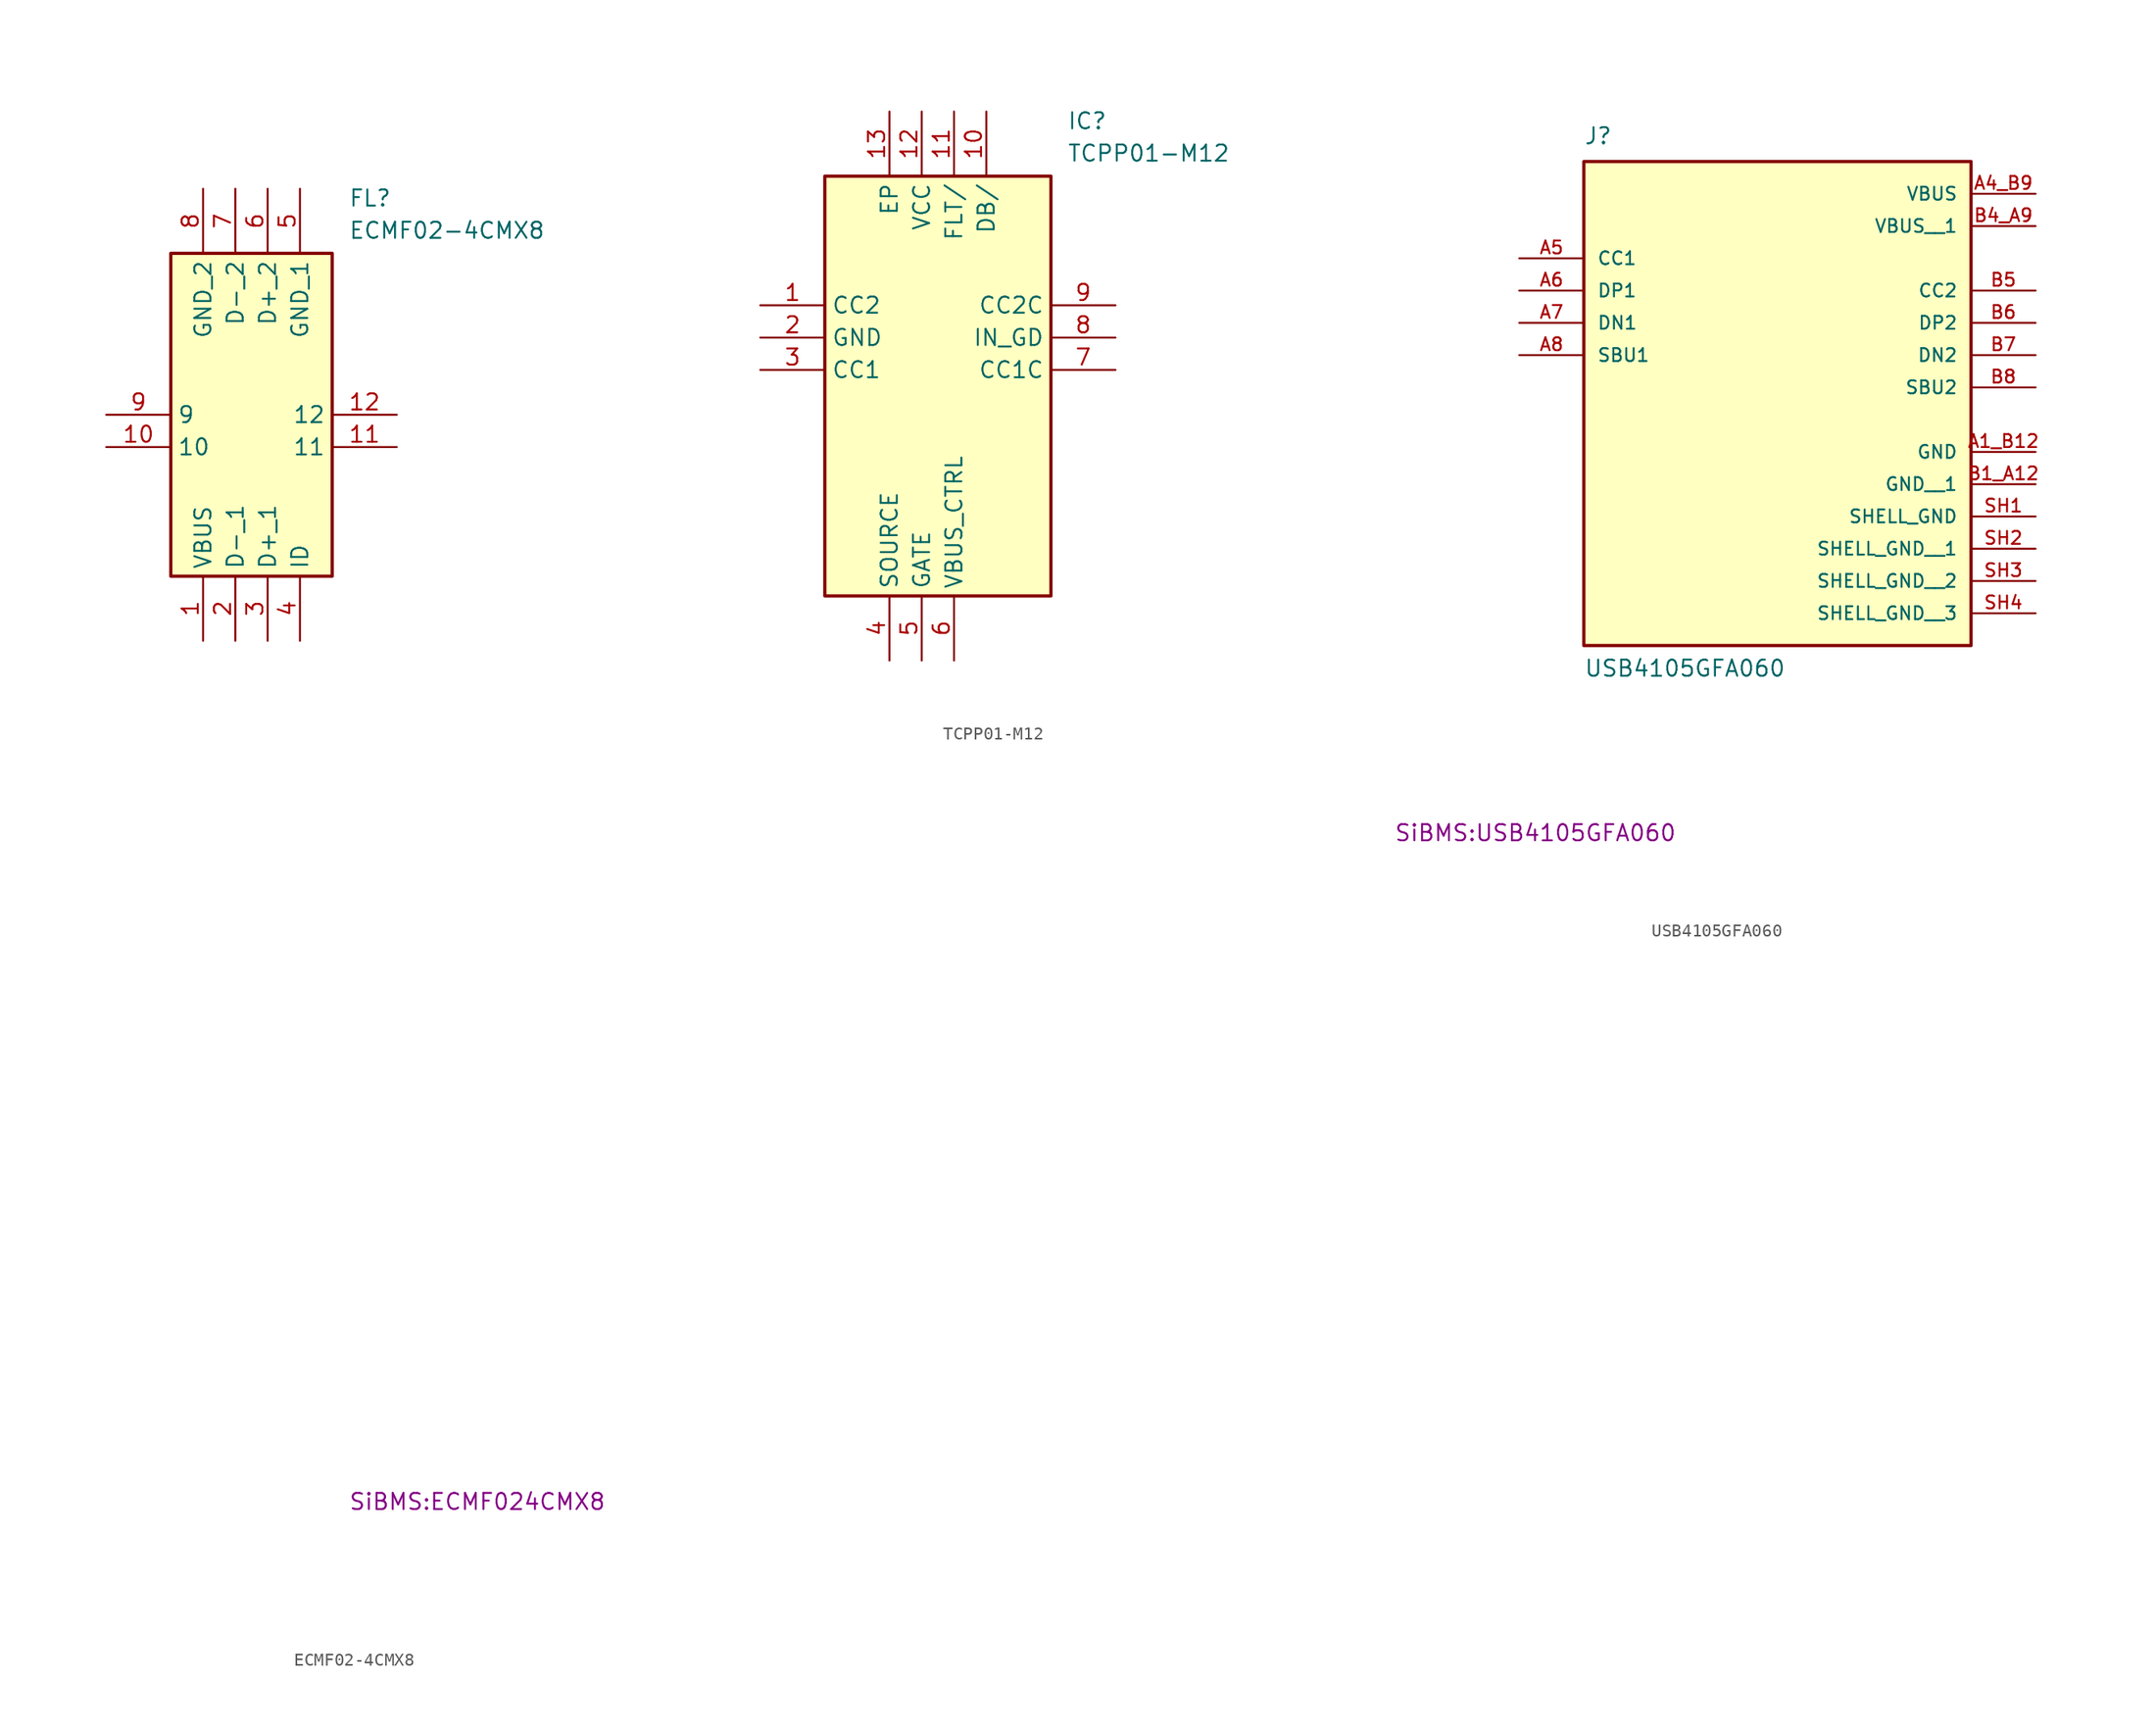
<source format=kicad_sym>
(kicad_symbol_lib
  (version 20231120)
  (generator "kicad_symbol_editor")
  (generator_version "8.0")
  (symbol "ECMF02-4CMX8"
    (property "Reference" "FL"
      (at 19.05 17.78 0)
      (effects (font (size 1.27 1.27)) (justify left top)))
    (property "Value" "ECMF02-4CMX8"
      (at 19.05 15.24 0)
      (effects (font (size 1.27 1.27)) (justify left top)))
    (property "Footprint" "SiBMS:ECMF024CMX8"
      (at 19.05 -84.76 0)
      (effects (font (size 1.27 1.27)) (justify left top)))
    (symbol "ECMF02-4CMX8_1_1"
      (rectangle (start 5.08 12.7) (end 17.78 -12.7) (stroke (width 0.254) (type default)) (fill (type background)))
      (pin passive line (at 7.62 -17.78 90) (length 5.08) (name "VBUS" (effects (font (size 1.27 1.27)))) (number "1" (effects (font (size 1.27 1.27)))))
      (pin passive line (at 0 -2.54 0) (length 5.08) (name "10" (effects (font (size 1.27 1.27)))) (number "10" (effects (font (size 1.27 1.27)))))
      (pin passive line (at 22.86 -2.54 180) (length 5.08) (name "11" (effects (font (size 1.27 1.27)))) (number "11" (effects (font (size 1.27 1.27)))))
      (pin passive line (at 22.86 0 180) (length 5.08) (name "12" (effects (font (size 1.27 1.27)))) (number "12" (effects (font (size 1.27 1.27)))))
      (pin passive line (at 10.16 -17.78 90) (length 5.08) (name "D-_1" (effects (font (size 1.27 1.27)))) (number "2" (effects (font (size 1.27 1.27)))))
      (pin passive line (at 12.7 -17.78 90) (length 5.08) (name "D+_1" (effects (font (size 1.27 1.27)))) (number "3" (effects (font (size 1.27 1.27)))))
      (pin passive line (at 15.24 -17.78 90) (length 5.08) (name "ID" (effects (font (size 1.27 1.27)))) (number "4" (effects (font (size 1.27 1.27)))))
      (pin passive line (at 15.24 17.78 270) (length 5.08) (name "GND_1" (effects (font (size 1.27 1.27)))) (number "5" (effects (font (size 1.27 1.27)))))
      (pin passive line (at 12.7 17.78 270) (length 5.08) (name "D+_2" (effects (font (size 1.27 1.27)))) (number "6" (effects (font (size 1.27 1.27)))))
      (pin passive line (at 10.16 17.78 270) (length 5.08) (name "D-_2" (effects (font (size 1.27 1.27)))) (number "7" (effects (font (size 1.27 1.27)))))
      (pin passive line (at 7.62 17.78 270) (length 5.08) (name "GND_2" (effects (font (size 1.27 1.27)))) (number "8" (effects (font (size 1.27 1.27)))))
      (pin passive line (at 0 0 0) (length 5.08) (name "9" (effects (font (size 1.27 1.27)))) (number "9" (effects (font (size 1.27 1.27)))))))
  (symbol "TCPP01-M12"
    (property "Reference" "IC"
      (at 24.13 15.24 0)
      (effects (font (size 1.27 1.27)) (justify left top)))
    (property "Value" "TCPP01-M12"
      (at 24.13 12.7 0)
      (effects (font (size 1.27 1.27)) (justify left top)))
    (symbol "TCPP01-M12_1_1"
      (rectangle (start 5.08 10.16) (end 22.86 -22.86) (stroke (width 0.254) (type default)) (fill (type background)))
      (pin passive line (at 0 0 0) (length 5.08) (name "CC2" (effects (font (size 1.27 1.27)))) (number "1" (effects (font (size 1.27 1.27)))))
      (pin passive line (at 17.78 15.24 270) (length 5.08) (name "DB/" (effects (font (size 1.27 1.27)))) (number "10" (effects (font (size 1.27 1.27)))))
      (pin passive line (at 15.24 15.24 270) (length 5.08) (name "FLT/" (effects (font (size 1.27 1.27)))) (number "11" (effects (font (size 1.27 1.27)))))
      (pin passive line (at 12.7 15.24 270) (length 5.08) (name "VCC" (effects (font (size 1.27 1.27)))) (number "12" (effects (font (size 1.27 1.27)))))
      (pin passive line (at 10.16 15.24 270) (length 5.08) (name "EP" (effects (font (size 1.27 1.27)))) (number "13" (effects (font (size 1.27 1.27)))))
      (pin passive line (at 0 -2.54 0) (length 5.08) (name "GND" (effects (font (size 1.27 1.27)))) (number "2" (effects (font (size 1.27 1.27)))))
      (pin passive line (at 0 -5.08 0) (length 5.08) (name "CC1" (effects (font (size 1.27 1.27)))) (number "3" (effects (font (size 1.27 1.27)))))
      (pin passive line (at 10.16 -27.94 90) (length 5.08) (name "SOURCE" (effects (font (size 1.27 1.27)))) (number "4" (effects (font (size 1.27 1.27)))))
      (pin passive line (at 12.7 -27.94 90) (length 5.08) (name "GATE" (effects (font (size 1.27 1.27)))) (number "5" (effects (font (size 1.27 1.27)))))
      (pin passive line (at 15.24 -27.94 90) (length 5.08) (name "VBUS_CTRL" (effects (font (size 1.27 1.27)))) (number "6" (effects (font (size 1.27 1.27)))))
      (pin passive line (at 27.94 -5.08 180) (length 5.08) (name "CC1C" (effects (font (size 1.27 1.27)))) (number "7" (effects (font (size 1.27 1.27)))))
      (pin passive line (at 27.94 -2.54 180) (length 5.08) (name "IN_GD" (effects (font (size 1.27 1.27)))) (number "8" (effects (font (size 1.27 1.27)))))
      (pin passive line (at 27.94 0 180) (length 5.08) (name "CC2C" (effects (font (size 1.27 1.27)))) (number "9" (effects (font (size 1.27 1.27)))))))
  (symbol "USB4105GFA060"
    (pin_names
      (offset 1.016))
    (property "Reference" "J"
      (at -15.24 13.97 0)
      (effects (font (size 1.27 1.27)) (justify left bottom)))
    (property "Value" "USB4105GFA060"
      (at -15.24 -27.94 0)
      (effects (font (size 1.27 1.27)) (justify left bottom)))
    (property "Footprint" "SiBMS:USB4105GFA060"
      (at -19.05 -40.894 0)
      (effects (font (size 1.27 1.27)) (justify bottom)))
    (symbol "USB4105GFA060_0_0"
      (rectangle (start -15.24 -25.4) (end 15.24 12.7) (stroke (width 0.254) (type default)) (fill (type background)))
      (pin power_in line (at 20.32 -10.16 180) (length 5.08) (name "GND" (effects (font (size 1.016 1.016)))) (number "A1_B12" (effects (font (size 1.016 1.016)))))
      (pin power_in line (at 20.32 10.16 180) (length 5.08) (name "VBUS" (effects (font (size 1.016 1.016)))) (number "A4_B9" (effects (font (size 1.016 1.016)))))
      (pin bidirectional line (at -20.32 5.08 0) (length 5.08) (name "CC1" (effects (font (size 1.016 1.016)))) (number "A5" (effects (font (size 1.016 1.016)))))
      (pin bidirectional line (at -20.32 2.54 0) (length 5.08) (name "DP1" (effects (font (size 1.016 1.016)))) (number "A6" (effects (font (size 1.016 1.016)))))
      (pin bidirectional line (at -20.32 0 0) (length 5.08) (name "DN1" (effects (font (size 1.016 1.016)))) (number "A7" (effects (font (size 1.016 1.016)))))
      (pin bidirectional line (at -20.32 -2.54 0) (length 5.08) (name "SBU1" (effects (font (size 1.016 1.016)))) (number "A8" (effects (font (size 1.016 1.016)))))
      (pin power_in line (at 20.32 -12.7 180) (length 5.08) (name "GND__1" (effects (font (size 1.016 1.016)))) (number "B1_A12" (effects (font (size 1.016 1.016)))))
      (pin power_in line (at 20.32 7.62 180) (length 5.08) (name "VBUS__1" (effects (font (size 1.016 1.016)))) (number "B4_A9" (effects (font (size 1.016 1.016)))))
      (pin bidirectional line (at 20.32 2.54 180) (length 5.08) (name "CC2" (effects (font (size 1.016 1.016)))) (number "B5" (effects (font (size 1.016 1.016)))))
      (pin bidirectional line (at 20.32 0 180) (length 5.08) (name "DP2" (effects (font (size 1.016 1.016)))) (number "B6" (effects (font (size 1.016 1.016)))))
      (pin bidirectional line (at 20.32 -2.54 180) (length 5.08) (name "DN2" (effects (font (size 1.016 1.016)))) (number "B7" (effects (font (size 1.016 1.016)))))
      (pin bidirectional line (at 20.32 -5.08 180) (length 5.08) (name "SBU2" (effects (font (size 1.016 1.016)))) (number "B8" (effects (font (size 1.016 1.016)))))
      (pin power_in line (at 20.32 -15.24 180) (length 5.08) (name "SHELL_GND" (effects (font (size 1.016 1.016)))) (number "SH1" (effects (font (size 1.016 1.016)))))
      (pin power_in line (at 20.32 -17.78 180) (length 5.08) (name "SHELL_GND__1" (effects (font (size 1.016 1.016)))) (number "SH2" (effects (font (size 1.016 1.016)))))
      (pin power_in line (at 20.32 -20.32 180) (length 5.08) (name "SHELL_GND__2" (effects (font (size 1.016 1.016)))) (number "SH3" (effects (font (size 1.016 1.016)))))
      (pin power_in line (at 20.32 -22.86 180) (length 5.08) (name "SHELL_GND__3" (effects (font (size 1.016 1.016)))) (number "SH4" (effects (font (size 1.016 1.016))))))))
</source>
